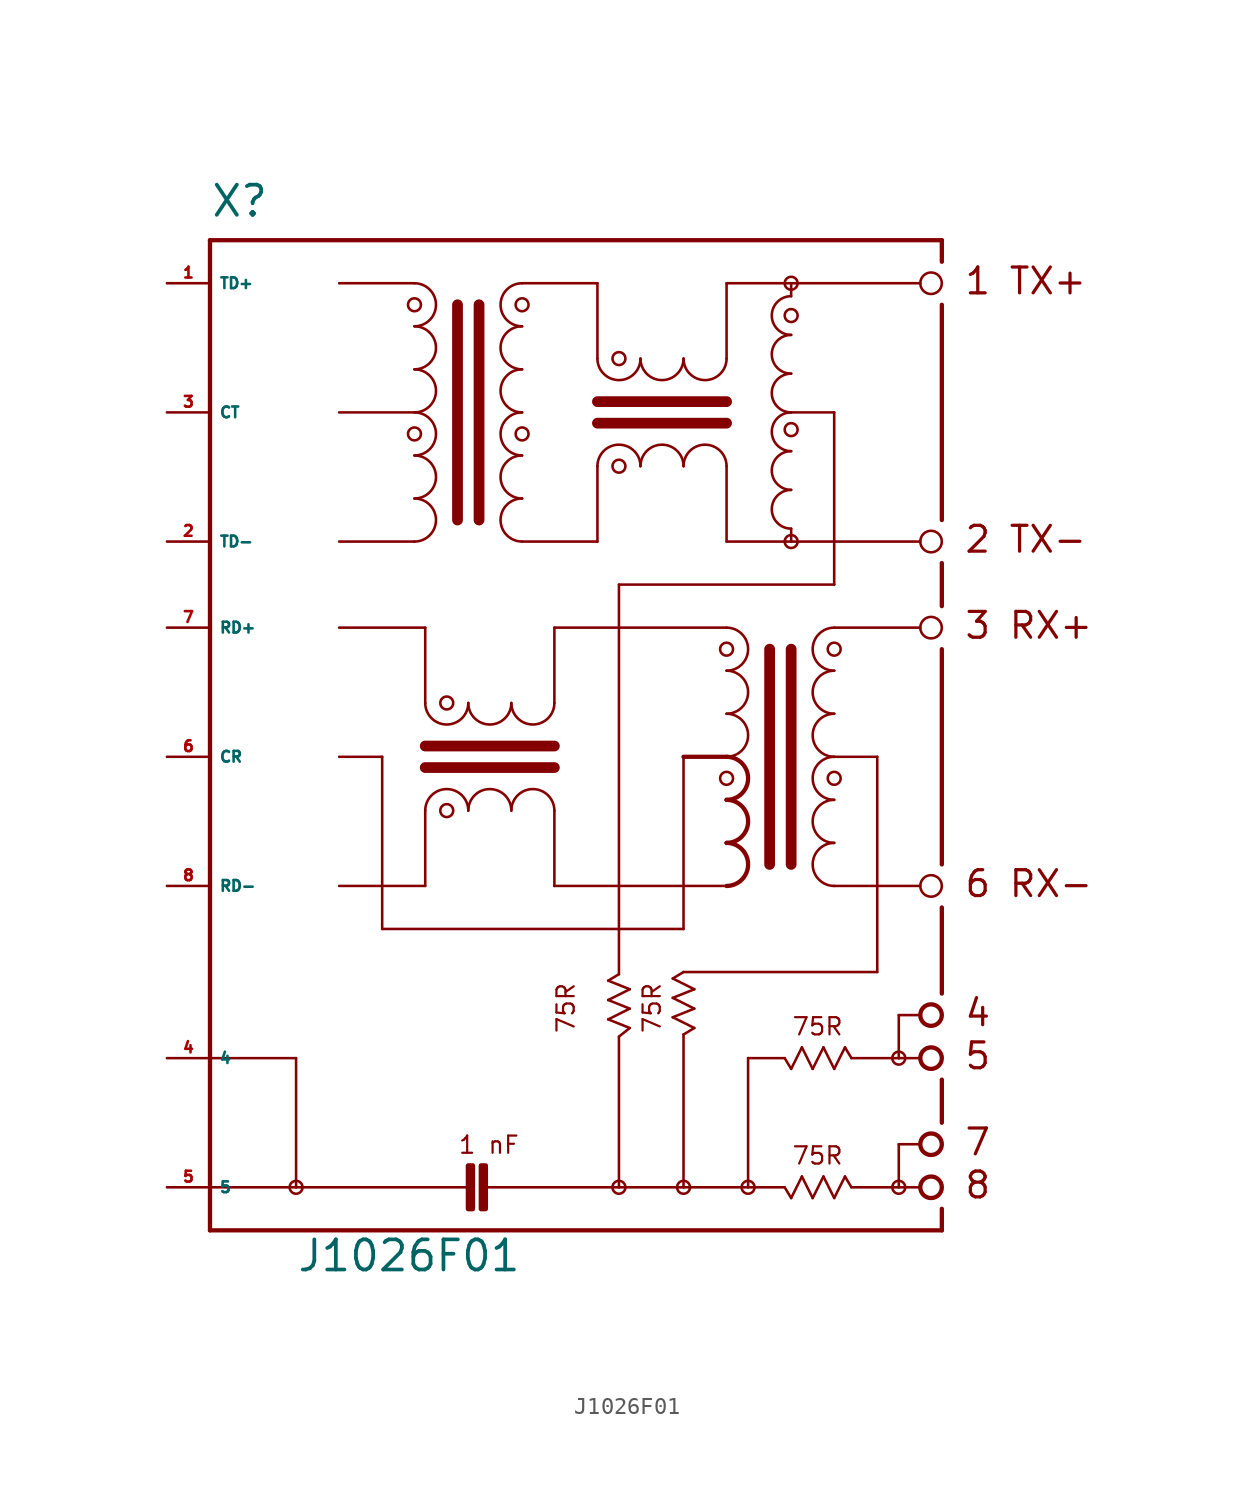
<source format=kicad_sym>
(kicad_symbol_lib
  (version 20220914)
  (generator Eagle2Kicad)
  (symbol "J1026F01"
    (property "Reference" "X"
      (at -20.32 21.59 0)
      (effects (font (size 1.778 1.778) (thickness 0.22)) (justify left bottom)))
    (property "Value" "J1026F01"
      (at -15.24 -40.64 0)
      (effects (font (size 1.778 1.778) (thickness 0.22)) (justify left bottom)))
    (polyline
      (pts (xy -12.7 2.54) (xy -8.255 2.54))
      (stroke (width 0.152) (type default))
      (fill (type none)))
    (polyline
      (pts (xy -12.7 10.16) (xy -8.255 10.16))
      (stroke (width 0.152) (type default))
      (fill (type none)))
    (polyline
      (pts (xy -12.7 17.78) (xy -8.255 17.78))
      (stroke (width 0.152) (type default))
      (fill (type none)))
    (arc
      (start -8.255 10.16)
      (mid -6.985 11.430)
      (end -8.255 12.7)
      (stroke (width 0.1524) (type default))
      (fill (type none)))
    (arc
      (start -8.255 12.7)
      (mid -6.985 13.970)
      (end -8.255 15.24)
      (stroke (width 0.1524) (type default))
      (fill (type none)))
    (arc
      (start -8.255 15.24)
      (mid -6.985 16.510)
      (end -8.255 17.78)
      (stroke (width 0.1524) (type default))
      (fill (type none)))
    (arc
      (start -8.255 7.62)
      (mid -6.985 8.890)
      (end -8.255 10.16)
      (stroke (width 0.1524) (type default))
      (fill (type none)))
    (arc
      (start -8.255 5.08)
      (mid -6.985 6.350)
      (end -8.255 7.62)
      (stroke (width 0.1524) (type default))
      (fill (type none)))
    (arc
      (start -8.255 2.54)
      (mid -6.985 3.810)
      (end -8.255 5.08)
      (stroke (width 0.1524) (type default))
      (fill (type none)))
    (polyline
      (pts (xy -5.715 16.51) (xy -5.715 3.81))
      (stroke (width 0.635) (type default))
      (fill (type none)))
    (polyline
      (pts (xy -4.445 16.51) (xy -4.445 3.81))
      (stroke (width 0.635) (type default))
      (fill (type none)))
    (arc
      (start -1.905 12.7)
      (mid -3.175 11.430)
      (end -1.905 10.16)
      (stroke (width 0.1524) (type default))
      (fill (type none)))
    (arc
      (start -1.905 15.24)
      (mid -3.175 13.970)
      (end -1.905 12.7)
      (stroke (width 0.1524) (type default))
      (fill (type none)))
    (arc
      (start -1.905 17.78)
      (mid -3.175 16.510)
      (end -1.905 15.24)
      (stroke (width 0.1524) (type default))
      (fill (type none)))
    (arc
      (start -1.905 10.16)
      (mid -3.175 8.890)
      (end -1.905 7.62)
      (stroke (width 0.1524) (type default))
      (fill (type none)))
    (arc
      (start -1.905 7.62)
      (mid -3.175 6.350)
      (end -1.905 5.08)
      (stroke (width 0.1524) (type default))
      (fill (type none)))
    (arc
      (start -1.905 5.08)
      (mid -3.175 3.810)
      (end -1.905 2.54)
      (stroke (width 0.1524) (type default))
      (fill (type none)))
    (arc
      (start 10.16 6.985)
      (mid 8.890 8.255)
      (end 7.62 6.985)
      (stroke (width 0.1524) (type default))
      (fill (type none)))
    (arc
      (start 7.62 6.985)
      (mid 6.350 8.255)
      (end 5.08 6.985)
      (stroke (width 0.1524) (type default))
      (fill (type none)))
    (arc
      (start 5.08 6.985)
      (mid 3.810 8.255)
      (end 2.54 6.985)
      (stroke (width 0.1524) (type default))
      (fill (type none)))
    (arc
      (start 7.62 13.335)
      (mid 8.890 12.065)
      (end 10.16 13.335)
      (stroke (width 0.1524) (type default))
      (fill (type none)))
    (arc
      (start 5.08 13.335)
      (mid 6.350 12.065)
      (end 7.62 13.335)
      (stroke (width 0.1524) (type default))
      (fill (type none)))
    (arc
      (start 2.54 13.335)
      (mid 3.810 12.065)
      (end 5.08 13.335)
      (stroke (width 0.1524) (type default))
      (fill (type none)))
    (polyline
      (pts (xy -1.905 17.78) (xy 2.54 17.78))
      (stroke (width 0.152) (type default))
      (fill (type none)))
    (polyline
      (pts (xy 2.54 17.78) (xy 2.54 13.335))
      (stroke (width 0.152) (type default))
      (fill (type none)))
    (polyline
      (pts (xy 2.54 2.54) (xy -1.905 2.54))
      (stroke (width 0.152) (type default))
      (fill (type none)))
    (polyline
      (pts (xy 2.54 2.54) (xy 2.54 6.985))
      (stroke (width 0.152) (type default))
      (fill (type none)))
    (polyline
      (pts (xy 10.16 13.335) (xy 10.16 17.78))
      (stroke (width 0.152) (type default))
      (fill (type none)))
    (polyline
      (pts (xy 10.16 17.78) (xy 13.97 17.78))
      (stroke (width 0.152) (type default))
      (fill (type none)))
    (polyline
      (pts (xy 13.97 17.78) (xy 21.59 17.78))
      (stroke (width 0.152) (type default))
      (fill (type none)))
    (polyline
      (pts (xy 10.16 6.985) (xy 10.16 2.54))
      (stroke (width 0.152) (type default))
      (fill (type none)))
    (polyline
      (pts (xy 10.16 2.54) (xy 13.97 2.54))
      (stroke (width 0.152) (type default))
      (fill (type none)))
    (polyline
      (pts (xy 13.97 2.54) (xy 21.59 2.54))
      (stroke (width 0.152) (type default))
      (fill (type none)))
    (polyline
      (pts (xy 2.54 9.525) (xy 10.16 9.525))
      (stroke (width 0.635) (type default))
      (fill (type none)))
    (polyline
      (pts (xy 2.54 10.795) (xy 10.16 10.795))
      (stroke (width 0.635) (type default))
      (fill (type none)))
    (polyline
      (pts (xy 21.59 -17.78) (xy 16.51 -17.78))
      (stroke (width 0.152) (type default))
      (fill (type none)))
    (polyline
      (pts (xy 19.05 -10.16) (xy 16.51 -10.16))
      (stroke (width 0.152) (type default))
      (fill (type none)))
    (polyline
      (pts (xy 21.59 -2.54) (xy 16.51 -2.54))
      (stroke (width 0.152) (type default))
      (fill (type none)))
    (arc
      (start 16.51 -7.62)
      (mid 15.240 -8.890)
      (end 16.51 -10.16)
      (stroke (width 0.1524) (type default))
      (fill (type none)))
    (arc
      (start 16.51 -5.08)
      (mid 15.240 -6.350)
      (end 16.51 -7.62)
      (stroke (width 0.1524) (type default))
      (fill (type none)))
    (arc
      (start 16.51 -2.54)
      (mid 15.240 -3.810)
      (end 16.51 -5.08)
      (stroke (width 0.1524) (type default))
      (fill (type none)))
    (arc
      (start 16.51 -10.16)
      (mid 15.240 -11.430)
      (end 16.51 -12.7)
      (stroke (width 0.1524) (type default))
      (fill (type none)))
    (arc
      (start 16.51 -12.7)
      (mid 15.240 -13.970)
      (end 16.51 -15.24)
      (stroke (width 0.1524) (type default))
      (fill (type none)))
    (arc
      (start 16.51 -15.24)
      (mid 15.240 -16.510)
      (end 16.51 -17.78)
      (stroke (width 0.1524) (type default))
      (fill (type none)))
    (polyline
      (pts (xy 13.97 -3.81) (xy 13.97 -16.51))
      (stroke (width 0.635) (type default))
      (fill (type none)))
    (polyline
      (pts (xy 12.7 -3.81) (xy 12.7 -16.51))
      (stroke (width 0.635) (type default))
      (fill (type none)))
    (arc
      (start 10.16 -10.16)
      (mid 11.430 -8.890)
      (end 10.16 -7.62)
      (stroke (width 0.1524) (type default))
      (fill (type none)))
    (arc
      (start 10.16 -7.62)
      (mid 11.430 -6.350)
      (end 10.16 -5.08)
      (stroke (width 0.1524) (type default))
      (fill (type none)))
    (arc
      (start 10.16 -5.08)
      (mid 11.430 -3.810)
      (end 10.16 -2.54)
      (stroke (width 0.1524) (type default))
      (fill (type none)))
    (arc
      (start 10.16 -12.7)
      (mid 11.430 -11.430)
      (end 10.16 -10.16)
      (stroke (width 0.254) (type default))
      (fill (type none)))
    (arc
      (start 10.16 -15.24)
      (mid 11.430 -13.970)
      (end 10.16 -12.7)
      (stroke (width 0.254) (type default))
      (fill (type none)))
    (arc
      (start 10.16 -17.78)
      (mid 11.430 -16.510)
      (end 10.16 -15.24)
      (stroke (width 0.254) (type default))
      (fill (type none)))
    (arc
      (start -5.08 -13.335)
      (mid -6.350 -12.065)
      (end -7.62 -13.335)
      (stroke (width 0.1524) (type default))
      (fill (type none)))
    (arc
      (start -2.54 -13.335)
      (mid -3.810 -12.065)
      (end -5.08 -13.335)
      (stroke (width 0.1524) (type default))
      (fill (type none)))
    (arc
      (start 0 -13.335)
      (mid -1.270 -12.065)
      (end -2.54 -13.335)
      (stroke (width 0.1524) (type default))
      (fill (type none)))
    (arc
      (start -7.62 -6.985)
      (mid -6.350 -8.255)
      (end -5.08 -6.985)
      (stroke (width 0.1524) (type default))
      (fill (type none)))
    (arc
      (start -5.08 -6.985)
      (mid -3.810 -8.255)
      (end -2.54 -6.985)
      (stroke (width 0.1524) (type default))
      (fill (type none)))
    (arc
      (start -2.54 -6.985)
      (mid -1.270 -8.255)
      (end 0 -6.985)
      (stroke (width 0.1524) (type default))
      (fill (type none)))
    (polyline
      (pts (xy 10.16 -2.54) (xy 0 -2.54))
      (stroke (width 0.152) (type default))
      (fill (type none)))
    (polyline
      (pts (xy 0 -2.54) (xy 0 -6.985))
      (stroke (width 0.152) (type default))
      (fill (type none)))
    (polyline
      (pts (xy 0 -17.78) (xy 10.16 -17.78))
      (stroke (width 0.152) (type default))
      (fill (type none)))
    (polyline
      (pts (xy 0 -17.78) (xy 0 -13.335))
      (stroke (width 0.152) (type default))
      (fill (type none)))
    (polyline
      (pts (xy -7.62 -6.985) (xy -7.62 -2.54))
      (stroke (width 0.152) (type default))
      (fill (type none)))
    (polyline
      (pts (xy -7.62 -2.54) (xy -12.7 -2.54))
      (stroke (width 0.152) (type default))
      (fill (type none)))
    (polyline
      (pts (xy -7.62 -13.335) (xy -7.62 -17.78))
      (stroke (width 0.152) (type default))
      (fill (type none)))
    (polyline
      (pts (xy -7.62 -17.78) (xy -12.7 -17.78))
      (stroke (width 0.152) (type default))
      (fill (type none)))
    (polyline
      (pts (xy 0 -10.795) (xy -7.62 -10.795))
      (stroke (width 0.635) (type default))
      (fill (type none)))
    (polyline
      (pts (xy 0 -9.525) (xy -7.62 -9.525))
      (stroke (width 0.635) (type default))
      (fill (type none)))
    (polyline
      (pts (xy 21.59 -25.4) (xy 20.32 -25.4))
      (stroke (width 0.152) (type default))
      (fill (type none)))
    (polyline
      (pts (xy 20.32 -25.4) (xy 20.32 -27.94))
      (stroke (width 0.152) (type default))
      (fill (type none)))
    (polyline
      (pts (xy 20.32 -27.94) (xy 21.59 -27.94))
      (stroke (width 0.152) (type default))
      (fill (type none)))
    (polyline
      (pts (xy 21.59 -33.02) (xy 20.32 -33.02))
      (stroke (width 0.152) (type default))
      (fill (type none)))
    (polyline
      (pts (xy 20.32 -33.02) (xy 20.32 -35.56))
      (stroke (width 0.152) (type default))
      (fill (type none)))
    (polyline
      (pts (xy 20.32 -35.56) (xy 21.59 -35.56))
      (stroke (width 0.152) (type default))
      (fill (type none)))
    (polyline
      (pts (xy 20.32 -27.94) (xy 17.526 -27.94))
      (stroke (width 0.152) (type default))
      (fill (type none)))
    (polyline
      (pts (xy 17.526 -35.56) (xy 20.32 -35.56))
      (stroke (width 0.152) (type default))
      (fill (type none)))
    (polyline
      (pts (xy -20.32 20.32) (xy -20.32 -27.94))
      (stroke (width 0.254) (type default))
      (fill (type none)))
    (polyline
      (pts (xy -20.32 -27.94) (xy -20.32 -35.56))
      (stroke (width 0.254) (type default))
      (fill (type none)))
    (polyline
      (pts (xy -20.32 -35.56) (xy -20.32 -38.1))
      (stroke (width 0.254) (type default))
      (fill (type none)))
    (polyline
      (pts (xy -20.32 -38.1) (xy 22.86 -38.1))
      (stroke (width 0.254) (type default))
      (fill (type none)))
    (polyline
      (pts (xy -20.32 20.32) (xy 22.86 20.32))
      (stroke (width 0.254) (type default))
      (fill (type none)))
    (polyline
      (pts (xy 22.86 20.32) (xy 22.86 19.05))
      (stroke (width 0.254) (type default))
      (fill (type none)))
    (polyline
      (pts (xy 22.86 -38.1) (xy 22.86 -36.83))
      (stroke (width 0.254) (type default))
      (fill (type none)))
    (polyline
      (pts (xy 22.86 -31.75) (xy 22.86 -29.21))
      (stroke (width 0.254) (type default))
      (fill (type none)))
    (polyline
      (pts (xy 22.86 -24.13) (xy 22.86 -19.05))
      (stroke (width 0.254) (type default))
      (fill (type none)))
    (polyline
      (pts (xy 22.86 -16.51) (xy 22.86 -3.81))
      (stroke (width 0.254) (type default))
      (fill (type none)))
    (polyline
      (pts (xy 22.86 -1.27) (xy 22.86 1.27))
      (stroke (width 0.254) (type default))
      (fill (type none)))
    (polyline
      (pts (xy 22.86 3.81) (xy 22.86 16.51))
      (stroke (width 0.254) (type default))
      (fill (type none)))
    (polyline
      (pts (xy 3.81 0) (xy 3.81 -22.987))
      (stroke (width 0.152) (type default))
      (fill (type none)))
    (polyline
      (pts (xy 19.05 -10.16) (xy 19.05 -22.86))
      (stroke (width 0.152) (type default))
      (fill (type none)))
    (polyline
      (pts (xy 19.05 -22.86) (xy 7.62 -22.86))
      (stroke (width 0.152) (type default))
      (fill (type none)))
    (polyline
      (pts (xy 7.62 -22.86) (xy 6.985 -23.241))
      (stroke (width 0.152) (type default))
      (fill (type none)))
    (polyline
      (pts (xy 6.985 -23.241) (xy 8.255 -23.876))
      (stroke (width 0.152) (type default))
      (fill (type none)))
    (polyline
      (pts (xy 8.255 -23.876) (xy 6.985 -24.384))
      (stroke (width 0.152) (type default))
      (fill (type none)))
    (polyline
      (pts (xy 6.985 -24.384) (xy 8.255 -25.019))
      (stroke (width 0.152) (type default))
      (fill (type none)))
    (polyline
      (pts (xy 8.255 -25.019) (xy 6.985 -25.527))
      (stroke (width 0.152) (type default))
      (fill (type none)))
    (polyline
      (pts (xy 6.985 -25.527) (xy 8.255 -26.162))
      (stroke (width 0.152) (type default))
      (fill (type none)))
    (polyline
      (pts (xy 8.255 -26.162) (xy 7.62 -26.543))
      (stroke (width 0.152) (type default))
      (fill (type none)))
    (polyline
      (pts (xy 3.81 -22.987) (xy 3.175 -23.368))
      (stroke (width 0.152) (type default))
      (fill (type none)))
    (polyline
      (pts (xy 3.175 -23.368) (xy 4.445 -23.876))
      (stroke (width 0.152) (type default))
      (fill (type none)))
    (polyline
      (pts (xy 4.445 -23.876) (xy 3.175 -24.511))
      (stroke (width 0.152) (type default))
      (fill (type none)))
    (polyline
      (pts (xy 3.175 -24.511) (xy 4.445 -25.019))
      (stroke (width 0.152) (type default))
      (fill (type none)))
    (polyline
      (pts (xy 4.445 -25.019) (xy 3.175 -25.654))
      (stroke (width 0.152) (type default))
      (fill (type none)))
    (polyline
      (pts (xy 3.175 -25.654) (xy 4.445 -26.162))
      (stroke (width 0.152) (type default))
      (fill (type none)))
    (polyline
      (pts (xy 4.445 -26.162) (xy 3.81 -26.67))
      (stroke (width 0.152) (type default))
      (fill (type none)))
    (polyline
      (pts (xy 13.589 -27.94) (xy 13.97 -28.575))
      (stroke (width 0.152) (type default))
      (fill (type none)))
    (polyline
      (pts (xy 13.97 -28.575) (xy 14.605 -27.305))
      (stroke (width 0.152) (type default))
      (fill (type none)))
    (polyline
      (pts (xy 14.605 -27.305) (xy 15.24 -28.575))
      (stroke (width 0.152) (type default))
      (fill (type none)))
    (polyline
      (pts (xy 15.24 -28.575) (xy 15.875 -27.305))
      (stroke (width 0.152) (type default))
      (fill (type none)))
    (polyline
      (pts (xy 15.875 -27.305) (xy 16.51 -28.575))
      (stroke (width 0.152) (type default))
      (fill (type none)))
    (polyline
      (pts (xy 16.51 -28.575) (xy 17.145 -27.305))
      (stroke (width 0.152) (type default))
      (fill (type none)))
    (polyline
      (pts (xy 17.145 -27.305) (xy 17.526 -27.94))
      (stroke (width 0.152) (type default))
      (fill (type none)))
    (polyline
      (pts (xy 13.589 -35.56) (xy 13.97 -36.195))
      (stroke (width 0.152) (type default))
      (fill (type none)))
    (polyline
      (pts (xy 13.97 -36.195) (xy 14.605 -34.925))
      (stroke (width 0.152) (type default))
      (fill (type none)))
    (polyline
      (pts (xy 14.605 -34.925) (xy 15.24 -36.195))
      (stroke (width 0.152) (type default))
      (fill (type none)))
    (polyline
      (pts (xy 15.24 -36.195) (xy 15.875 -34.925))
      (stroke (width 0.152) (type default))
      (fill (type none)))
    (polyline
      (pts (xy 15.875 -34.925) (xy 16.51 -36.195))
      (stroke (width 0.152) (type default))
      (fill (type none)))
    (polyline
      (pts (xy 16.51 -36.195) (xy 17.145 -34.925))
      (stroke (width 0.152) (type default))
      (fill (type none)))
    (polyline
      (pts (xy 17.145 -34.925) (xy 17.526 -35.56))
      (stroke (width 0.152) (type default))
      (fill (type none)))
    (polyline
      (pts (xy -20.32 -35.56) (xy -15.24 -35.56))
      (stroke (width 0.152) (type default))
      (fill (type none)))
    (polyline
      (pts (xy -15.24 -35.56) (xy -5.08 -35.56))
      (stroke (width 0.152) (type default))
      (fill (type none)))
    (polyline
      (pts (xy -4.064 -35.56) (xy 3.81 -35.56))
      (stroke (width 0.152) (type default))
      (fill (type none)))
    (polyline
      (pts (xy 3.81 -35.56) (xy 7.62 -35.56))
      (stroke (width 0.152) (type default))
      (fill (type none)))
    (polyline
      (pts (xy 7.62 -35.56) (xy 11.43 -35.56))
      (stroke (width 0.152) (type default))
      (fill (type none)))
    (polyline
      (pts (xy 11.43 -35.56) (xy 13.589 -35.56))
      (stroke (width 0.152) (type default))
      (fill (type none)))
    (polyline
      (pts (xy 13.589 -27.94) (xy 11.43 -27.94))
      (stroke (width 0.152) (type default))
      (fill (type none)))
    (polyline
      (pts (xy 11.43 -27.94) (xy 11.43 -35.56))
      (stroke (width 0.152) (type default))
      (fill (type none)))
    (polyline
      (pts (xy 3.81 -26.67) (xy 3.81 -35.56))
      (stroke (width 0.152) (type default))
      (fill (type none)))
    (polyline
      (pts (xy 7.62 -26.543) (xy 7.62 -35.56))
      (stroke (width 0.152) (type default))
      (fill (type none)))
    (polyline
      (pts (xy -12.7 -10.16) (xy -10.16 -10.16))
      (stroke (width 0.152) (type default))
      (fill (type none)))
    (polyline
      (pts (xy -10.16 -10.16) (xy -10.16 -20.32))
      (stroke (width 0.152) (type default))
      (fill (type none)))
    (polyline
      (pts (xy -10.16 -20.32) (xy 7.62 -20.32))
      (stroke (width 0.152) (type default))
      (fill (type none)))
    (polyline
      (pts (xy 7.62 -20.32) (xy 7.62 -10.16))
      (stroke (width 0.152) (type default))
      (fill (type none)))
    (polyline
      (pts (xy 7.62 -10.16) (xy 10.16 -10.16))
      (stroke (width 0.254) (type default))
      (fill (type none)))
    (polyline
      (pts (xy -20.32 -27.94) (xy -15.24 -27.94))
      (stroke (width 0.152) (type default))
      (fill (type none)))
    (polyline
      (pts (xy -15.24 -27.94) (xy -15.24 -35.56))
      (stroke (width 0.152) (type default))
      (fill (type none)))
    (arc
      (start 13.97 12.446)
      (mid 12.827 11.303)
      (end 13.97 10.16)
      (stroke (width 0.1524) (type default))
      (fill (type none)))
    (arc
      (start 13.97 14.732)
      (mid 12.827 13.589)
      (end 13.97 12.446)
      (stroke (width 0.1524) (type default))
      (fill (type none)))
    (arc
      (start 13.97 10.16)
      (mid 12.827 9.017)
      (end 13.97 7.874)
      (stroke (width 0.1524) (type default))
      (fill (type none)))
    (arc
      (start 13.97 7.874)
      (mid 12.827 6.731)
      (end 13.97 5.588)
      (stroke (width 0.1524) (type default))
      (fill (type none)))
    (arc
      (start 13.97 5.588)
      (mid 12.827 4.445)
      (end 13.97 3.302)
      (stroke (width 0.1524) (type default))
      (fill (type none)))
    (arc
      (start 13.97 17.018)
      (mid 12.827 15.875)
      (end 13.97 14.732)
      (stroke (width 0.1524) (type default))
      (fill (type none)))
    (polyline
      (pts (xy 13.97 17.78) (xy 13.97 17.018))
      (stroke (width 0.152) (type default))
      (fill (type none)))
    (polyline
      (pts (xy 13.97 2.54) (xy 13.97 3.302))
      (stroke (width 0.152) (type default))
      (fill (type none)))
    (polyline
      (pts (xy 3.81 0) (xy 16.51 0))
      (stroke (width 0.152) (type default))
      (fill (type none)))
    (polyline
      (pts (xy 16.51 0) (xy 16.51 10.16))
      (stroke (width 0.152) (type default))
      (fill (type none)))
    (polyline
      (pts (xy 16.51 10.16) (xy 13.97 10.16))
      (stroke (width 0.152) (type default))
      (fill (type none)))
    (text "1 TX+"
      (at 24.13 17.018 0)
      (effects (font (size 1.524 1.524) (thickness 0.19)) (justify left bottom)))
    (text "2 TX-"
      (at 24.13 1.778 0)
      (effects (font (size 1.524 1.524) (thickness 0.19)) (justify left bottom)))
    (text "3 RX+"
      (at 24.13 -3.302 0)
      (effects (font (size 1.524 1.524) (thickness 0.19)) (justify left bottom)))
    (text "6 RX-"
      (at 24.13 -18.542 0)
      (effects (font (size 1.524 1.524) (thickness 0.19)) (justify left bottom)))
    (text "4"
      (at 24.13 -26.162 0)
      (effects (font (size 1.524 1.524) (thickness 0.19)) (justify left bottom)))
    (text "5"
      (at 24.13 -28.702 0)
      (effects (font (size 1.524 1.524) (thickness 0.19)) (justify left bottom)))
    (text "7"
      (at 24.13 -33.782 0)
      (effects (font (size 1.524 1.524) (thickness 0.19)) (justify left bottom)))
    (text "8"
      (at 24.13 -36.322 0)
      (effects (font (size 1.524 1.524) (thickness 0.19)) (justify left bottom)))
    (text "75R"
      (at 6.35 -26.543 900)
      (effects (font (size 1.016 1.016) (thickness 0.13)) (justify left bottom)))
    (text "75R"
      (at 1.27 -26.543 900)
      (effects (font (size 1.016 1.016) (thickness 0.13)) (justify left bottom mirror)))
    (text "75R"
      (at 13.97 -26.67 0)
      (effects (font (size 1.016 1.016) (thickness 0.13)) (justify left bottom mirror)))
    (text "75R"
      (at 13.97 -34.29 0)
      (effects (font (size 1.016 1.016) (thickness 0.13)) (justify left bottom)))
    (text "1 nF"
      (at -5.715 -33.655 0)
      (effects (font (size 1.016 1.016) (thickness 0.13)) (justify left bottom)))
    (circle
      (center -8.255 16.51)
      (radius 0.381)
      (stroke (width 0) (type default))
      (fill (type none)))
    (circle
      (center -8.255 8.89)
      (radius 0.381)
      (stroke (width 0) (type default))
      (fill (type none)))
    (circle
      (center -1.905 16.51)
      (radius 0.381)
      (stroke (width 0) (type default))
      (fill (type none)))
    (circle
      (center -1.905 8.89)
      (radius 0.381)
      (stroke (width 0) (type default))
      (fill (type none)))
    (circle
      (center 3.81 6.985)
      (radius 0.381)
      (stroke (width 0) (type default))
      (fill (type none)))
    (circle
      (center 3.81 13.335)
      (radius 0.381)
      (stroke (width 0) (type default))
      (fill (type none)))
    (circle
      (center 16.51 -3.81)
      (radius 0.381)
      (stroke (width 0) (type default))
      (fill (type none)))
    (circle
      (center 16.51 -11.43)
      (radius 0.381)
      (stroke (width 0) (type default))
      (fill (type none)))
    (circle
      (center 10.16 -3.81)
      (radius 0.381)
      (stroke (width 0) (type default))
      (fill (type none)))
    (circle
      (center 10.16 -11.43)
      (radius 0.381)
      (stroke (width 0) (type default))
      (fill (type none)))
    (circle
      (center -6.35 -13.335)
      (radius 0.381)
      (stroke (width 0) (type default))
      (fill (type none)))
    (circle
      (center -6.35 -6.985)
      (radius 0.381)
      (stroke (width 0) (type default))
      (fill (type none)))
    (circle
      (center 22.225 17.78)
      (radius 0.635)
      (stroke (width 0.152) (type default))
      (fill (type none)))
    (circle
      (center 22.225 2.54)
      (radius 0.635)
      (stroke (width 0.152) (type default))
      (fill (type none)))
    (circle
      (center 22.225 -2.54)
      (radius 0.635)
      (stroke (width 0.152) (type default))
      (fill (type none)))
    (circle
      (center 22.225 -17.78)
      (radius 0.635)
      (stroke (width 0.152) (type default))
      (fill (type none)))
    (circle
      (center 22.225 -25.4)
      (radius 0.635)
      (stroke (width 0.254) (type default))
      (fill (type none)))
    (circle
      (center 22.225 -27.94)
      (radius 0.635)
      (stroke (width 0.254) (type default))
      (fill (type none)))
    (circle
      (center 22.225 -33.02)
      (radius 0.635)
      (stroke (width 0.254) (type default))
      (fill (type none)))
    (circle
      (center 22.225 -35.56)
      (radius 0.635)
      (stroke (width 0.254) (type default))
      (fill (type none)))
    (circle
      (center 7.62 -35.56)
      (radius 0.381)
      (stroke (width 0) (type default))
      (fill (type none)))
    (circle
      (center 3.81 -35.56)
      (radius 0.381)
      (stroke (width 0) (type default))
      (fill (type none)))
    (circle
      (center 11.43 -35.56)
      (radius 0.381)
      (stroke (width 0) (type default))
      (fill (type none)))
    (circle
      (center 20.32 -35.56)
      (radius 0.381)
      (stroke (width 0) (type default))
      (fill (type none)))
    (circle
      (center 20.32 -27.94)
      (radius 0.381)
      (stroke (width 0) (type default))
      (fill (type none)))
    (circle
      (center -15.24 -35.56)
      (radius 0.381)
      (stroke (width 0) (type default))
      (fill (type none)))
    (circle
      (center 13.97 15.875)
      (radius 0.381)
      (stroke (width 0) (type default))
      (fill (type none)))
    (circle
      (center 13.97 9.144)
      (radius 0.381)
      (stroke (width 0) (type default))
      (fill (type none)))
    (circle
      (center 13.97 17.78)
      (radius 0.381)
      (stroke (width 0) (type default))
      (fill (type none)))
    (circle
      (center 13.97 2.54)
      (radius 0.381)
      (stroke (width 0) (type default))
      (fill (type none)))
    (rectangle
      (start -5.08 -36.83)
      (end -4.826 -34.29)
      (stroke (width 0.3) (type default))
      (fill (type outline)))
    (rectangle
      (start -4.318 -36.83)
      (end -4.064 -34.29)
      (stroke (width 0.3) (type default))
      (fill (type outline)))
    (pin input line
      (at -22.86 17.78 0)
      (length 2.54)
      (name "TD+" (effects (font (size 0.635 0.635) (thickness 0.08)) (justify left bottom)))
      (number "1" (effects (font (size 0.635 0.635) (thickness 0.08)) (justify left bottom))))
    (pin input line
      (at -22.86 10.16 0)
      (length 2.54)
      (name "CT" (effects (font (size 0.635 0.635) (thickness 0.08)) (justify left bottom)))
      (number "3" (effects (font (size 0.635 0.635) (thickness 0.08)) (justify left bottom))))
    (pin input line
      (at -22.86 2.54 0)
      (length 2.54)
      (name "TD-" (effects (font (size 0.635 0.635) (thickness 0.08)) (justify left bottom)))
      (number "2" (effects (font (size 0.635 0.635) (thickness 0.08)) (justify left bottom))))
    (pin input line
      (at -22.86 -2.54 0)
      (length 2.54)
      (name "RD+" (effects (font (size 0.635 0.635) (thickness 0.08)) (justify left bottom)))
      (number "7" (effects (font (size 0.635 0.635) (thickness 0.08)) (justify left bottom))))
    (pin input line
      (at -22.86 -10.16 0)
      (length 2.54)
      (name "CR" (effects (font (size 0.635 0.635) (thickness 0.08)) (justify left bottom)))
      (number "6" (effects (font (size 0.635 0.635) (thickness 0.08)) (justify left bottom))))
    (pin input line
      (at -22.86 -17.78 0)
      (length 2.54)
      (name "RD-" (effects (font (size 0.635 0.635) (thickness 0.08)) (justify left bottom)))
      (number "8" (effects (font (size 0.635 0.635) (thickness 0.08)) (justify left bottom))))
    (pin input line
      (at -22.86 -35.56 0)
      (length 2.54)
      (name "5" (effects (font (size 0.635 0.635) (thickness 0.08)) (justify left bottom)))
      (number "5" (effects (font (size 0.635 0.635) (thickness 0.08)) (justify left bottom))))
    (pin input line
      (at -22.86 -27.94 0)
      (length 2.54)
      (name "4" (effects (font (size 0.635 0.635) (thickness 0.08)) (justify left bottom)))
      (number "4" (effects (font (size 0.635 0.635) (thickness 0.08)) (justify left bottom))))))
</source>
